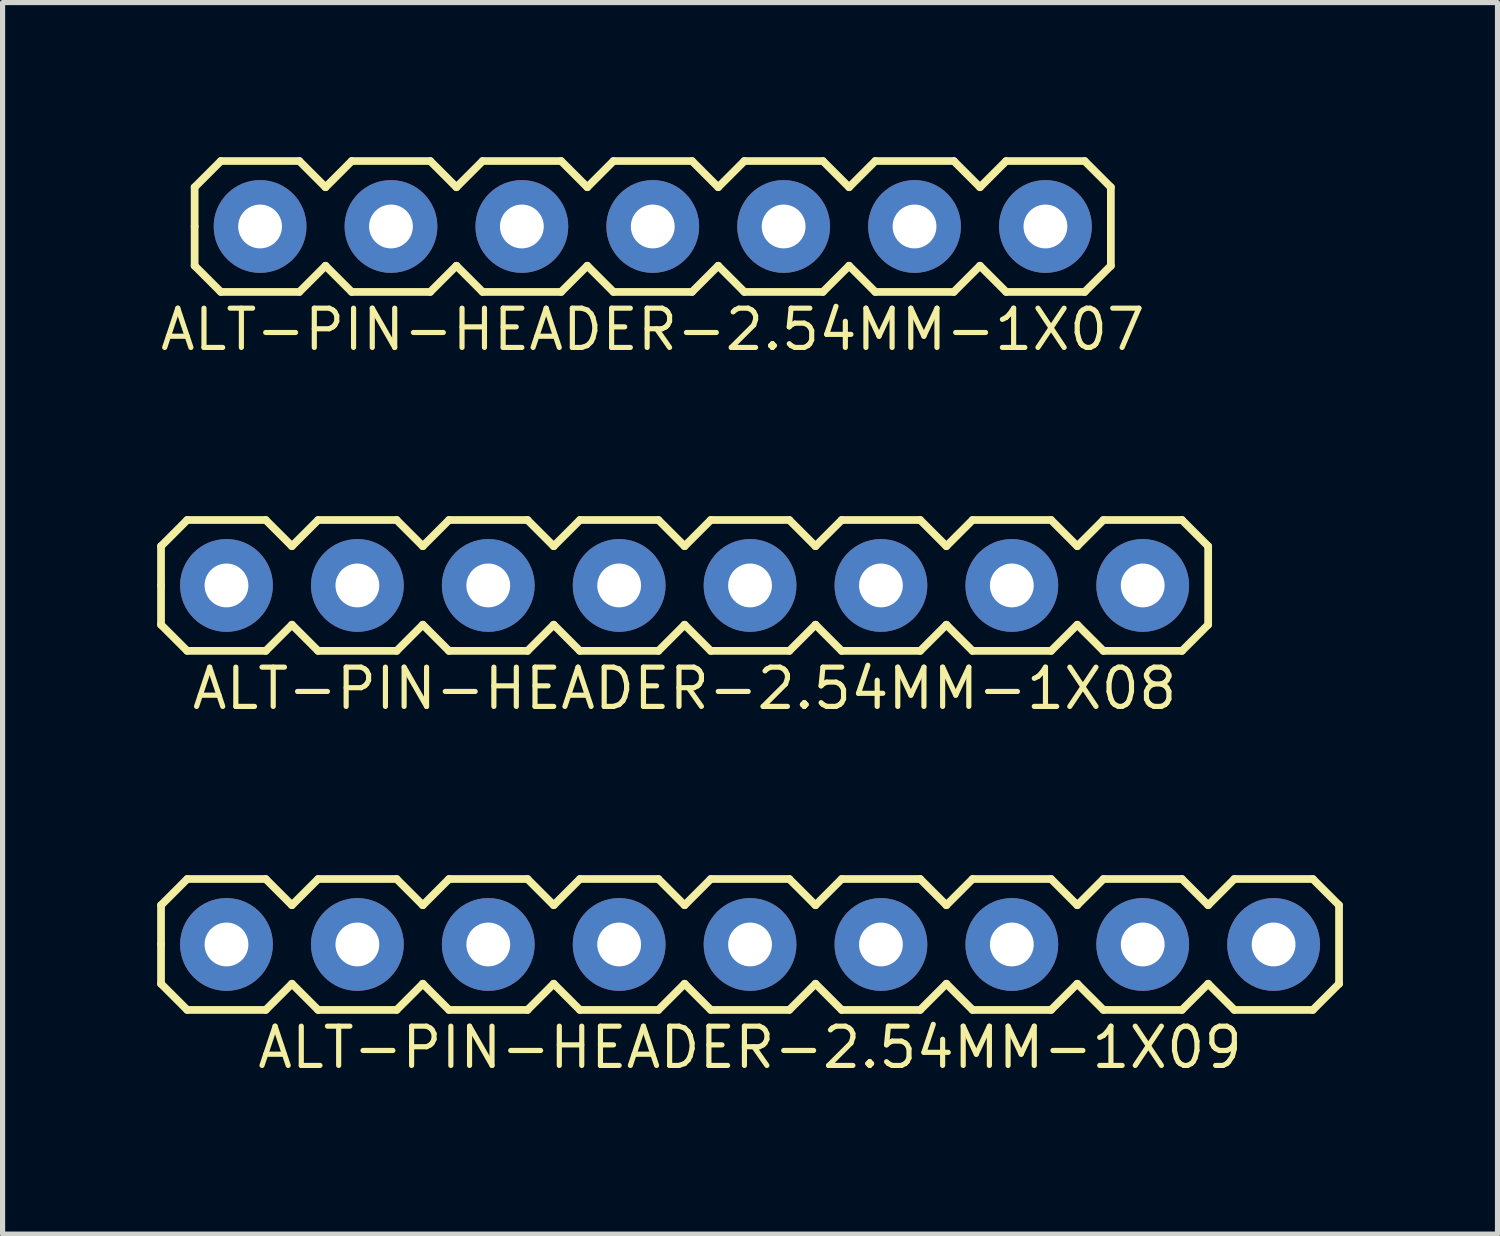
<source format=kicad_pcb>
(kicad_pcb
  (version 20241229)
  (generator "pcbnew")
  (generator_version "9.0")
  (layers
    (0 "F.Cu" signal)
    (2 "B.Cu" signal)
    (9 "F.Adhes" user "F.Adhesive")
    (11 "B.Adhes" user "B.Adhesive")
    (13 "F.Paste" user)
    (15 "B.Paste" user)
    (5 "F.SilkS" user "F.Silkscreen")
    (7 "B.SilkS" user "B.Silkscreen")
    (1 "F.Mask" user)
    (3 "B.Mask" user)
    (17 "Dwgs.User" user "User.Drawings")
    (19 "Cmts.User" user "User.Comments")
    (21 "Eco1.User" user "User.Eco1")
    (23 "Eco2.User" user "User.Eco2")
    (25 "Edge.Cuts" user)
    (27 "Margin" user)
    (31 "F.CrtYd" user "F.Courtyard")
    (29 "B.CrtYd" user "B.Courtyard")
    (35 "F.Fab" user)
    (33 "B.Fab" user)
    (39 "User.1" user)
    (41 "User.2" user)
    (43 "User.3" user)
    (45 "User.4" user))
  (footprint "ALT-PIN-HEADER-2.54MM-1X07"
    (layer "F.Cu")
    (at 9.617 1.345)
    (property "Reference" "ALT-PIN-HEADER-2.54MM-1X07" (at 0 2 0) (layer "F.SilkS") (effects (font (size 0.762 0.762) (thickness 0.1))))
    (attr through_hole)
    (fp_line (start -8.89 -0.762) (end -8.382 -1.27) (stroke (width 0.15) (type solid)) (layer "F.SilkS"))
    (fp_line (start -8.89 0) (end -8.89 -0.762) (stroke (width 0.15) (type solid)) (layer "F.SilkS"))
    (fp_line (start -8.89 0.762) (end -8.89 0) (stroke (width 0.15) (type solid)) (layer "F.SilkS"))
    (fp_line (start -8.382 -1.27) (end -6.858 -1.27) (stroke (width 0.15) (type solid)) (layer "F.SilkS"))
    (fp_line (start -8.382 1.27) (end -8.89 0.762) (stroke (width 0.15) (type solid)) (layer "F.SilkS"))
    (fp_line (start -6.858 -1.27) (end -6.35 -0.762) (stroke (width 0.15) (type solid)) (layer "F.SilkS"))
    (fp_line (start -6.858 1.27) (end -8.382 1.27) (stroke (width 0.15) (type solid)) (layer "F.SilkS"))
    (fp_line (start -6.35 -0.762) (end -5.842 -1.27) (stroke (width 0.15) (type solid)) (layer "F.SilkS"))
    (fp_line (start -6.35 0.762) (end -6.858 1.27) (stroke (width 0.15) (type solid)) (layer "F.SilkS"))
    (fp_line (start -5.842 -1.27) (end -4.318 -1.27) (stroke (width 0.15) (type solid)) (layer "F.SilkS"))
    (fp_line (start -5.842 1.27) (end -6.35 0.762) (stroke (width 0.15) (type solid)) (layer "F.SilkS"))
    (fp_line (start -4.318 -1.27) (end -3.81 -0.762) (stroke (width 0.15) (type solid)) (layer "F.SilkS"))
    (fp_line (start -4.318 1.27) (end -5.842 1.27) (stroke (width 0.15) (type solid)) (layer "F.SilkS"))
    (fp_line (start -3.81 -0.762) (end -3.302 -1.27) (stroke (width 0.15) (type solid)) (layer "F.SilkS"))
    (fp_line (start -3.81 0.762) (end -4.318 1.27) (stroke (width 0.15) (type solid)) (layer "F.SilkS"))
    (fp_line (start -3.302 -1.27) (end -1.778 -1.27) (stroke (width 0.15) (type solid)) (layer "F.SilkS"))
    (fp_line (start -3.302 1.27) (end -3.81 0.762) (stroke (width 0.15) (type solid)) (layer "F.SilkS"))
    (fp_line (start -1.778 -1.27) (end -1.27 -0.762) (stroke (width 0.15) (type solid)) (layer "F.SilkS"))
    (fp_line (start -1.778 1.27) (end -3.302 1.27) (stroke (width 0.15) (type solid)) (layer "F.SilkS"))
    (fp_line (start -1.27 -0.762) (end -0.762 -1.27) (stroke (width 0.15) (type solid)) (layer "F.SilkS"))
    (fp_line (start -1.27 0.762) (end -1.778 1.27) (stroke (width 0.15) (type solid)) (layer "F.SilkS"))
    (fp_line (start -0.762 -1.27) (end 0.762 -1.27) (stroke (width 0.15) (type solid)) (layer "F.SilkS"))
    (fp_line (start -0.762 1.27) (end -1.27 0.762) (stroke (width 0.15) (type solid)) (layer "F.SilkS"))
    (fp_line (start 0.762 -1.27) (end 1.27 -0.762) (stroke (width 0.15) (type solid)) (layer "F.SilkS"))
    (fp_line (start 0.762 1.27) (end -0.762 1.27) (stroke (width 0.15) (type solid)) (layer "F.SilkS"))
    (fp_line (start 1.27 -0.762) (end 1.778 -1.27) (stroke (width 0.15) (type solid)) (layer "F.SilkS"))
    (fp_line (start 1.27 0.762) (end 0.762 1.27) (stroke (width 0.15) (type solid)) (layer "F.SilkS"))
    (fp_line (start 1.778 -1.27) (end 3.302 -1.27) (stroke (width 0.15) (type solid)) (layer "F.SilkS"))
    (fp_line (start 1.778 1.27) (end 1.27 0.762) (stroke (width 0.15) (type solid)) (layer "F.SilkS"))
    (fp_line (start 3.302 -1.27) (end 3.81 -0.762) (stroke (width 0.15) (type solid)) (layer "F.SilkS"))
    (fp_line (start 3.302 1.27) (end 1.778 1.27) (stroke (width 0.15) (type solid)) (layer "F.SilkS"))
    (fp_line (start 3.81 -0.762) (end 4.318 -1.27) (stroke (width 0.15) (type solid)) (layer "F.SilkS"))
    (fp_line (start 3.81 0.762) (end 3.302 1.27) (stroke (width 0.15) (type solid)) (layer "F.SilkS"))
    (fp_line (start 4.318 -1.27) (end 5.842 -1.27) (stroke (width 0.15) (type solid)) (layer "F.SilkS"))
    (fp_line (start 4.318 1.27) (end 3.81 0.762) (stroke (width 0.15) (type solid)) (layer "F.SilkS"))
    (fp_line (start 5.842 -1.27) (end 6.35 -0.762) (stroke (width 0.15) (type solid)) (layer "F.SilkS"))
    (fp_line (start 5.842 1.27) (end 4.318 1.27) (stroke (width 0.15) (type solid)) (layer "F.SilkS"))
    (fp_line (start 6.35 -0.762) (end 6.858 -1.27) (stroke (width 0.15) (type solid)) (layer "F.SilkS"))
    (fp_line (start 6.35 0.762) (end 5.842 1.27) (stroke (width 0.15) (type solid)) (layer "F.SilkS"))
    (fp_line (start 6.858 -1.27) (end 8.382 -1.27) (stroke (width 0.15) (type solid)) (layer "F.SilkS"))
    (fp_line (start 6.858 1.27) (end 6.35 0.762) (stroke (width 0.15) (type solid)) (layer "F.SilkS"))
    (fp_line (start 8.382 -1.27) (end 8.89 -0.762) (stroke (width 0.15) (type solid)) (layer "F.SilkS"))
    (fp_line (start 8.382 1.27) (end 6.858 1.27) (stroke (width 0.15) (type solid)) (layer "F.SilkS"))
    (fp_line (start 8.89 -0.762) (end 8.89 0.762) (stroke (width 0.15) (type solid)) (layer "F.SilkS"))
    (fp_line (start 8.89 0.762) (end 8.382 1.27) (stroke (width 0.15) (type solid)) (layer "F.SilkS"))
    (pad "1" thru_hole circle (at -7.62 0) (size 1.8 1.8) (drill 0.85) (layers "*.Cu" "*.Mask"))
    (pad "2" thru_hole circle (at -5.08 0) (size 1.8 1.8) (drill 0.85) (layers "*.Cu" "*.Mask"))
    (pad "3" thru_hole circle (at -2.54 0) (size 1.8 1.8) (drill 0.85) (layers "*.Cu" "*.Mask"))
    (pad "4" thru_hole circle (at 0 0) (size 1.8 1.8) (drill 0.85) (layers "*.Cu" "*.Mask"))
    (pad "5" thru_hole circle (at 2.54 0) (size 1.8 1.8) (drill 0.85) (layers "*.Cu" "*.Mask"))
    (pad "6" thru_hole circle (at 5.08 0) (size 1.8 1.8) (drill 0.85) (layers "*.Cu" "*.Mask"))
    (pad "7" thru_hole circle (at 7.62 0) (size 1.8 1.8) (drill 0.85) (layers "*.Cu" "*.Mask")))
  (footprint "ALT-PIN-HEADER-2.54MM-1X08"
    (layer "F.Cu")
    (at 10.235 8.311)
    (property "Reference" "ALT-PIN-HEADER-2.54MM-1X08" (at 0 2 0) (layer "F.SilkS") (effects (font (size 0.762 0.762) (thickness 0.1))))
    (attr through_hole)
    (fp_line (start -10.16 -0.762) (end -9.652 -1.27) (stroke (width 0.15) (type solid)) (layer "F.SilkS"))
    (fp_line (start -10.16 0) (end -10.16 -0.762) (stroke (width 0.15) (type solid)) (layer "F.SilkS"))
    (fp_line (start -10.16 0.762) (end -10.16 0) (stroke (width 0.15) (type solid)) (layer "F.SilkS"))
    (fp_line (start -10.16 0.762) (end -9.652 1.27) (stroke (width 0.15) (type solid)) (layer "F.SilkS"))
    (fp_line (start -9.652 -1.27) (end -8.128 -1.27) (stroke (width 0.15) (type solid)) (layer "F.SilkS"))
    (fp_line (start -9.652 1.27) (end -8.128 1.27) (stroke (width 0.15) (type solid)) (layer "F.SilkS"))
    (fp_line (start -8.128 -1.27) (end -7.62 -0.762) (stroke (width 0.15) (type solid)) (layer "F.SilkS"))
    (fp_line (start -8.128 1.27) (end -7.62 0.762) (stroke (width 0.15) (type solid)) (layer "F.SilkS"))
    (fp_line (start -7.62 -0.762) (end -7.112 -1.27) (stroke (width 0.15) (type solid)) (layer "F.SilkS"))
    (fp_line (start -7.62 0.762) (end -7.112 1.27) (stroke (width 0.15) (type solid)) (layer "F.SilkS"))
    (fp_line (start -7.112 -1.27) (end -5.588 -1.27) (stroke (width 0.15) (type solid)) (layer "F.SilkS"))
    (fp_line (start -7.112 1.27) (end -5.588 1.27) (stroke (width 0.15) (type solid)) (layer "F.SilkS"))
    (fp_line (start -5.588 -1.27) (end -5.08 -0.762) (stroke (width 0.15) (type solid)) (layer "F.SilkS"))
    (fp_line (start -5.588 1.27) (end -5.08 0.762) (stroke (width 0.15) (type solid)) (layer "F.SilkS"))
    (fp_line (start -5.08 -0.762) (end -4.572 -1.27) (stroke (width 0.15) (type solid)) (layer "F.SilkS"))
    (fp_line (start -5.08 0.762) (end -4.572 1.27) (stroke (width 0.15) (type solid)) (layer "F.SilkS"))
    (fp_line (start -4.572 -1.27) (end -3.048 -1.27) (stroke (width 0.15) (type solid)) (layer "F.SilkS"))
    (fp_line (start -4.572 1.27) (end -3.048 1.27) (stroke (width 0.15) (type solid)) (layer "F.SilkS"))
    (fp_line (start -3.048 -1.27) (end -2.54 -0.762) (stroke (width 0.15) (type solid)) (layer "F.SilkS"))
    (fp_line (start -3.048 1.27) (end -2.54 0.762) (stroke (width 0.15) (type solid)) (layer "F.SilkS"))
    (fp_line (start -2.54 -0.762) (end -2.032 -1.27) (stroke (width 0.15) (type solid)) (layer "F.SilkS"))
    (fp_line (start -2.54 0.762) (end -2.032 1.27) (stroke (width 0.15) (type solid)) (layer "F.SilkS"))
    (fp_line (start -2.032 -1.27) (end -0.508 -1.27) (stroke (width 0.15) (type solid)) (layer "F.SilkS"))
    (fp_line (start -2.032 1.27) (end -0.508 1.27) (stroke (width 0.15) (type solid)) (layer "F.SilkS"))
    (fp_line (start -0.508 -1.27) (end 0 -0.762) (stroke (width 0.15) (type solid)) (layer "F.SilkS"))
    (fp_line (start -0.508 1.27) (end 0 0.762) (stroke (width 0.15) (type solid)) (layer "F.SilkS"))
    (fp_line (start 0 -0.762) (end 0.508 -1.27) (stroke (width 0.15) (type solid)) (layer "F.SilkS"))
    (fp_line (start 0 0.762) (end 0.508 1.27) (stroke (width 0.15) (type solid)) (layer "F.SilkS"))
    (fp_line (start 0.508 -1.27) (end 2.032 -1.27) (stroke (width 0.15) (type solid)) (layer "F.SilkS"))
    (fp_line (start 0.508 1.27) (end 2.032 1.27) (stroke (width 0.15) (type solid)) (layer "F.SilkS"))
    (fp_line (start 2.032 -1.27) (end 2.54 -0.762) (stroke (width 0.15) (type solid)) (layer "F.SilkS"))
    (fp_line (start 2.032 1.27) (end 2.54 0.762) (stroke (width 0.15) (type solid)) (layer "F.SilkS"))
    (fp_line (start 2.54 -0.762) (end 3.048 -1.27) (stroke (width 0.15) (type solid)) (layer "F.SilkS"))
    (fp_line (start 2.54 0.762) (end 3.048 1.27) (stroke (width 0.15) (type solid)) (layer "F.SilkS"))
    (fp_line (start 3.048 -1.27) (end 4.572 -1.27) (stroke (width 0.15) (type solid)) (layer "F.SilkS"))
    (fp_line (start 3.048 1.27) (end 4.572 1.27) (stroke (width 0.15) (type solid)) (layer "F.SilkS"))
    (fp_line (start 4.572 -1.27) (end 5.08 -0.762) (stroke (width 0.15) (type solid)) (layer "F.SilkS"))
    (fp_line (start 4.572 1.27) (end 5.08 0.762) (stroke (width 0.15) (type solid)) (layer "F.SilkS"))
    (fp_line (start 5.08 -0.762) (end 5.588 -1.27) (stroke (width 0.15) (type solid)) (layer "F.SilkS"))
    (fp_line (start 5.08 0.762) (end 5.588 1.27) (stroke (width 0.15) (type solid)) (layer "F.SilkS"))
    (fp_line (start 5.588 -1.27) (end 7.112 -1.27) (stroke (width 0.15) (type solid)) (layer "F.SilkS"))
    (fp_line (start 5.588 1.27) (end 7.112 1.27) (stroke (width 0.15) (type solid)) (layer "F.SilkS"))
    (fp_line (start 7.112 -1.27) (end 7.62 -0.762) (stroke (width 0.15) (type solid)) (layer "F.SilkS"))
    (fp_line (start 7.112 1.27) (end 7.62 0.762) (stroke (width 0.15) (type solid)) (layer "F.SilkS"))
    (fp_line (start 7.62 -0.762) (end 8.128 -1.27) (stroke (width 0.15) (type solid)) (layer "F.SilkS"))
    (fp_line (start 7.62 0.762) (end 8.128 1.27) (stroke (width 0.15) (type solid)) (layer "F.SilkS"))
    (fp_line (start 8.128 -1.27) (end 9.652 -1.27) (stroke (width 0.15) (type solid)) (layer "F.SilkS"))
    (fp_line (start 8.128 1.27) (end 9.652 1.27) (stroke (width 0.15) (type solid)) (layer "F.SilkS"))
    (fp_line (start 9.652 -1.27) (end 10.16 -0.762) (stroke (width 0.15) (type solid)) (layer "F.SilkS"))
    (fp_line (start 9.652 1.27) (end 10.16 0.762) (stroke (width 0.15) (type solid)) (layer "F.SilkS"))
    (fp_line (start 10.16 -0.762) (end 10.16 0.762) (stroke (width 0.15) (type solid)) (layer "F.SilkS"))
    (pad "1" thru_hole circle (at -8.89 0) (size 1.8 1.8) (drill 0.85) (layers "*.Cu" "*.Mask"))
    (pad "2" thru_hole circle (at -6.35 0) (size 1.8 1.8) (drill 0.85) (layers "*.Cu" "*.Mask"))
    (pad "3" thru_hole circle (at -3.81 0) (size 1.8 1.8) (drill 0.85) (layers "*.Cu" "*.Mask"))
    (pad "4" thru_hole circle (at -1.27 0) (size 1.8 1.8) (drill 0.85) (layers "*.Cu" "*.Mask"))
    (pad "5" thru_hole circle (at 1.27 0) (size 1.8 1.8) (drill 0.85) (layers "*.Cu" "*.Mask"))
    (pad "6" thru_hole circle (at 3.81 0) (size 1.8 1.8) (drill 0.85) (layers "*.Cu" "*.Mask"))
    (pad "7" thru_hole circle (at 6.35 0) (size 1.8 1.8) (drill 0.85) (layers "*.Cu" "*.Mask"))
    (pad "8" thru_hole circle (at 8.89 0) (size 1.8 1.8) (drill 0.85) (layers "*.Cu" "*.Mask")))
  (footprint "ALT-PIN-HEADER-2.54MM-1X09"
    (layer "F.Cu")
    (at 11.505 15.278)
    (property "Reference" "ALT-PIN-HEADER-2.54MM-1X09" (at 0 2 0) (layer "F.SilkS") (effects (font (size 0.762 0.762) (thickness 0.1))))
    (attr through_hole)
    (fp_line (start -11.43 -0.762) (end -10.922 -1.27) (stroke (width 0.15) (type solid)) (layer "F.SilkS"))
    (fp_line (start -11.43 0) (end -11.43 -0.762) (stroke (width 0.15) (type solid)) (layer "F.SilkS"))
    (fp_line (start -11.43 0.762) (end -11.43 0) (stroke (width 0.15) (type solid)) (layer "F.SilkS"))
    (fp_line (start -10.922 -1.27) (end -9.398 -1.27) (stroke (width 0.15) (type solid)) (layer "F.SilkS"))
    (fp_line (start -10.922 1.27) (end -11.43 0.762) (stroke (width 0.15) (type solid)) (layer "F.SilkS"))
    (fp_line (start -9.398 -1.27) (end -8.89 -0.762) (stroke (width 0.15) (type solid)) (layer "F.SilkS"))
    (fp_line (start -9.398 1.27) (end -10.922 1.27) (stroke (width 0.15) (type solid)) (layer "F.SilkS"))
    (fp_line (start -8.89 -0.762) (end -8.382 -1.27) (stroke (width 0.15) (type solid)) (layer "F.SilkS"))
    (fp_line (start -8.89 0.762) (end -9.398 1.27) (stroke (width 0.15) (type solid)) (layer "F.SilkS"))
    (fp_line (start -8.382 -1.27) (end -6.858 -1.27) (stroke (width 0.15) (type solid)) (layer "F.SilkS"))
    (fp_line (start -8.382 1.27) (end -8.89 0.762) (stroke (width 0.15) (type solid)) (layer "F.SilkS"))
    (fp_line (start -6.858 -1.27) (end -6.35 -0.762) (stroke (width 0.15) (type solid)) (layer "F.SilkS"))
    (fp_line (start -6.858 1.27) (end -8.382 1.27) (stroke (width 0.15) (type solid)) (layer "F.SilkS"))
    (fp_line (start -6.35 -0.762) (end -5.842 -1.27) (stroke (width 0.15) (type solid)) (layer "F.SilkS"))
    (fp_line (start -6.35 0.762) (end -6.858 1.27) (stroke (width 0.15) (type solid)) (layer "F.SilkS"))
    (fp_line (start -5.842 -1.27) (end -4.318 -1.27) (stroke (width 0.15) (type solid)) (layer "F.SilkS"))
    (fp_line (start -5.842 1.27) (end -6.35 0.762) (stroke (width 0.15) (type solid)) (layer "F.SilkS"))
    (fp_line (start -4.318 -1.27) (end -3.81 -0.762) (stroke (width 0.15) (type solid)) (layer "F.SilkS"))
    (fp_line (start -4.318 1.27) (end -5.842 1.27) (stroke (width 0.15) (type solid)) (layer "F.SilkS"))
    (fp_line (start -3.81 -0.762) (end -3.302 -1.27) (stroke (width 0.15) (type solid)) (layer "F.SilkS"))
    (fp_line (start -3.81 0.762) (end -4.318 1.27) (stroke (width 0.15) (type solid)) (layer "F.SilkS"))
    (fp_line (start -3.302 -1.27) (end -1.778 -1.27) (stroke (width 0.15) (type solid)) (layer "F.SilkS"))
    (fp_line (start -3.302 1.27) (end -3.81 0.762) (stroke (width 0.15) (type solid)) (layer "F.SilkS"))
    (fp_line (start -1.778 -1.27) (end -1.27 -0.762) (stroke (width 0.15) (type solid)) (layer "F.SilkS"))
    (fp_line (start -1.778 1.27) (end -3.302 1.27) (stroke (width 0.15) (type solid)) (layer "F.SilkS"))
    (fp_line (start -1.27 -0.762) (end -0.762 -1.27) (stroke (width 0.15) (type solid)) (layer "F.SilkS"))
    (fp_line (start -1.27 0.762) (end -1.778 1.27) (stroke (width 0.15) (type solid)) (layer "F.SilkS"))
    (fp_line (start -0.762 -1.27) (end 0.762 -1.27) (stroke (width 0.15) (type solid)) (layer "F.SilkS"))
    (fp_line (start -0.762 1.27) (end -1.27 0.762) (stroke (width 0.15) (type solid)) (layer "F.SilkS"))
    (fp_line (start 0.762 -1.27) (end 1.27 -0.762) (stroke (width 0.15) (type solid)) (layer "F.SilkS"))
    (fp_line (start 0.762 1.27) (end -0.762 1.27) (stroke (width 0.15) (type solid)) (layer "F.SilkS"))
    (fp_line (start 1.27 -0.762) (end 1.778 -1.27) (stroke (width 0.15) (type solid)) (layer "F.SilkS"))
    (fp_line (start 1.27 0.762) (end 0.762 1.27) (stroke (width 0.15) (type solid)) (layer "F.SilkS"))
    (fp_line (start 1.778 -1.27) (end 3.302 -1.27) (stroke (width 0.15) (type solid)) (layer "F.SilkS"))
    (fp_line (start 1.778 1.27) (end 1.27 0.762) (stroke (width 0.15) (type solid)) (layer "F.SilkS"))
    (fp_line (start 3.302 -1.27) (end 3.81 -0.762) (stroke (width 0.15) (type solid)) (layer "F.SilkS"))
    (fp_line (start 3.302 1.27) (end 1.778 1.27) (stroke (width 0.15) (type solid)) (layer "F.SilkS"))
    (fp_line (start 3.81 -0.762) (end 4.318 -1.27) (stroke (width 0.15) (type solid)) (layer "F.SilkS"))
    (fp_line (start 3.81 0.762) (end 3.302 1.27) (stroke (width 0.15) (type solid)) (layer "F.SilkS"))
    (fp_line (start 4.318 -1.27) (end 5.842 -1.27) (stroke (width 0.15) (type solid)) (layer "F.SilkS"))
    (fp_line (start 4.318 1.27) (end 3.81 0.762) (stroke (width 0.15) (type solid)) (layer "F.SilkS"))
    (fp_line (start 5.842 -1.27) (end 6.35 -0.762) (stroke (width 0.15) (type solid)) (layer "F.SilkS"))
    (fp_line (start 5.842 1.27) (end 4.318 1.27) (stroke (width 0.15) (type solid)) (layer "F.SilkS"))
    (fp_line (start 6.35 -0.762) (end 6.858 -1.27) (stroke (width 0.15) (type solid)) (layer "F.SilkS"))
    (fp_line (start 6.35 0.762) (end 5.842 1.27) (stroke (width 0.15) (type solid)) (layer "F.SilkS"))
    (fp_line (start 6.858 -1.27) (end 8.382 -1.27) (stroke (width 0.15) (type solid)) (layer "F.SilkS"))
    (fp_line (start 6.858 1.27) (end 6.35 0.762) (stroke (width 0.15) (type solid)) (layer "F.SilkS"))
    (fp_line (start 8.382 -1.27) (end 8.89 -0.762) (stroke (width 0.15) (type solid)) (layer "F.SilkS"))
    (fp_line (start 8.382 1.27) (end 6.858 1.27) (stroke (width 0.15) (type solid)) (layer "F.SilkS"))
    (fp_line (start 8.89 -0.762) (end 9.398 -1.27) (stroke (width 0.15) (type solid)) (layer "F.SilkS"))
    (fp_line (start 8.89 0.762) (end 8.382 1.27) (stroke (width 0.15) (type solid)) (layer "F.SilkS"))
    (fp_line (start 9.398 -1.27) (end 10.922 -1.27) (stroke (width 0.15) (type solid)) (layer "F.SilkS"))
    (fp_line (start 9.398 1.27) (end 8.89 0.762) (stroke (width 0.15) (type solid)) (layer "F.SilkS"))
    (fp_line (start 10.922 -1.27) (end 11.43 -0.762) (stroke (width 0.15) (type solid)) (layer "F.SilkS"))
    (fp_line (start 10.922 1.27) (end 9.398 1.27) (stroke (width 0.15) (type solid)) (layer "F.SilkS"))
    (fp_line (start 11.43 -0.762) (end 11.43 0.762) (stroke (width 0.15) (type solid)) (layer "F.SilkS"))
    (fp_line (start 11.43 0.762) (end 10.922 1.27) (stroke (width 0.15) (type solid)) (layer "F.SilkS"))
    (pad "1" thru_hole circle (at -10.16 0) (size 1.8 1.8) (drill 0.85) (layers "*.Cu" "*.Mask"))
    (pad "2" thru_hole circle (at -7.62 0) (size 1.8 1.8) (drill 0.85) (layers "*.Cu" "*.Mask"))
    (pad "3" thru_hole circle (at -5.08 0) (size 1.8 1.8) (drill 0.85) (layers "*.Cu" "*.Mask"))
    (pad "4" thru_hole circle (at -2.54 0) (size 1.8 1.8) (drill 0.85) (layers "*.Cu" "*.Mask"))
    (pad "5" thru_hole circle (at 0 0) (size 1.8 1.8) (drill 0.85) (layers "*.Cu" "*.Mask"))
    (pad "6" thru_hole circle (at 2.54 0) (size 1.8 1.8) (drill 0.85) (layers "*.Cu" "*.Mask"))
    (pad "7" thru_hole circle (at 5.08 0) (size 1.8 1.8) (drill 0.85) (layers "*.Cu" "*.Mask"))
    (pad "8" thru_hole circle (at 7.62 0) (size 1.8 1.8) (drill 0.85) (layers "*.Cu" "*.Mask"))
    (pad "9" thru_hole circle (at 10.16 0) (size 1.8 1.8) (drill 0.85) (layers "*.Cu" "*.Mask")))
  (gr_rect
    (start -3 -3)
    (end 26.01 20.899)
    (stroke (width 0.1) (type default))
    (fill no)
    (layer "Edge.Cuts")))
</source>
